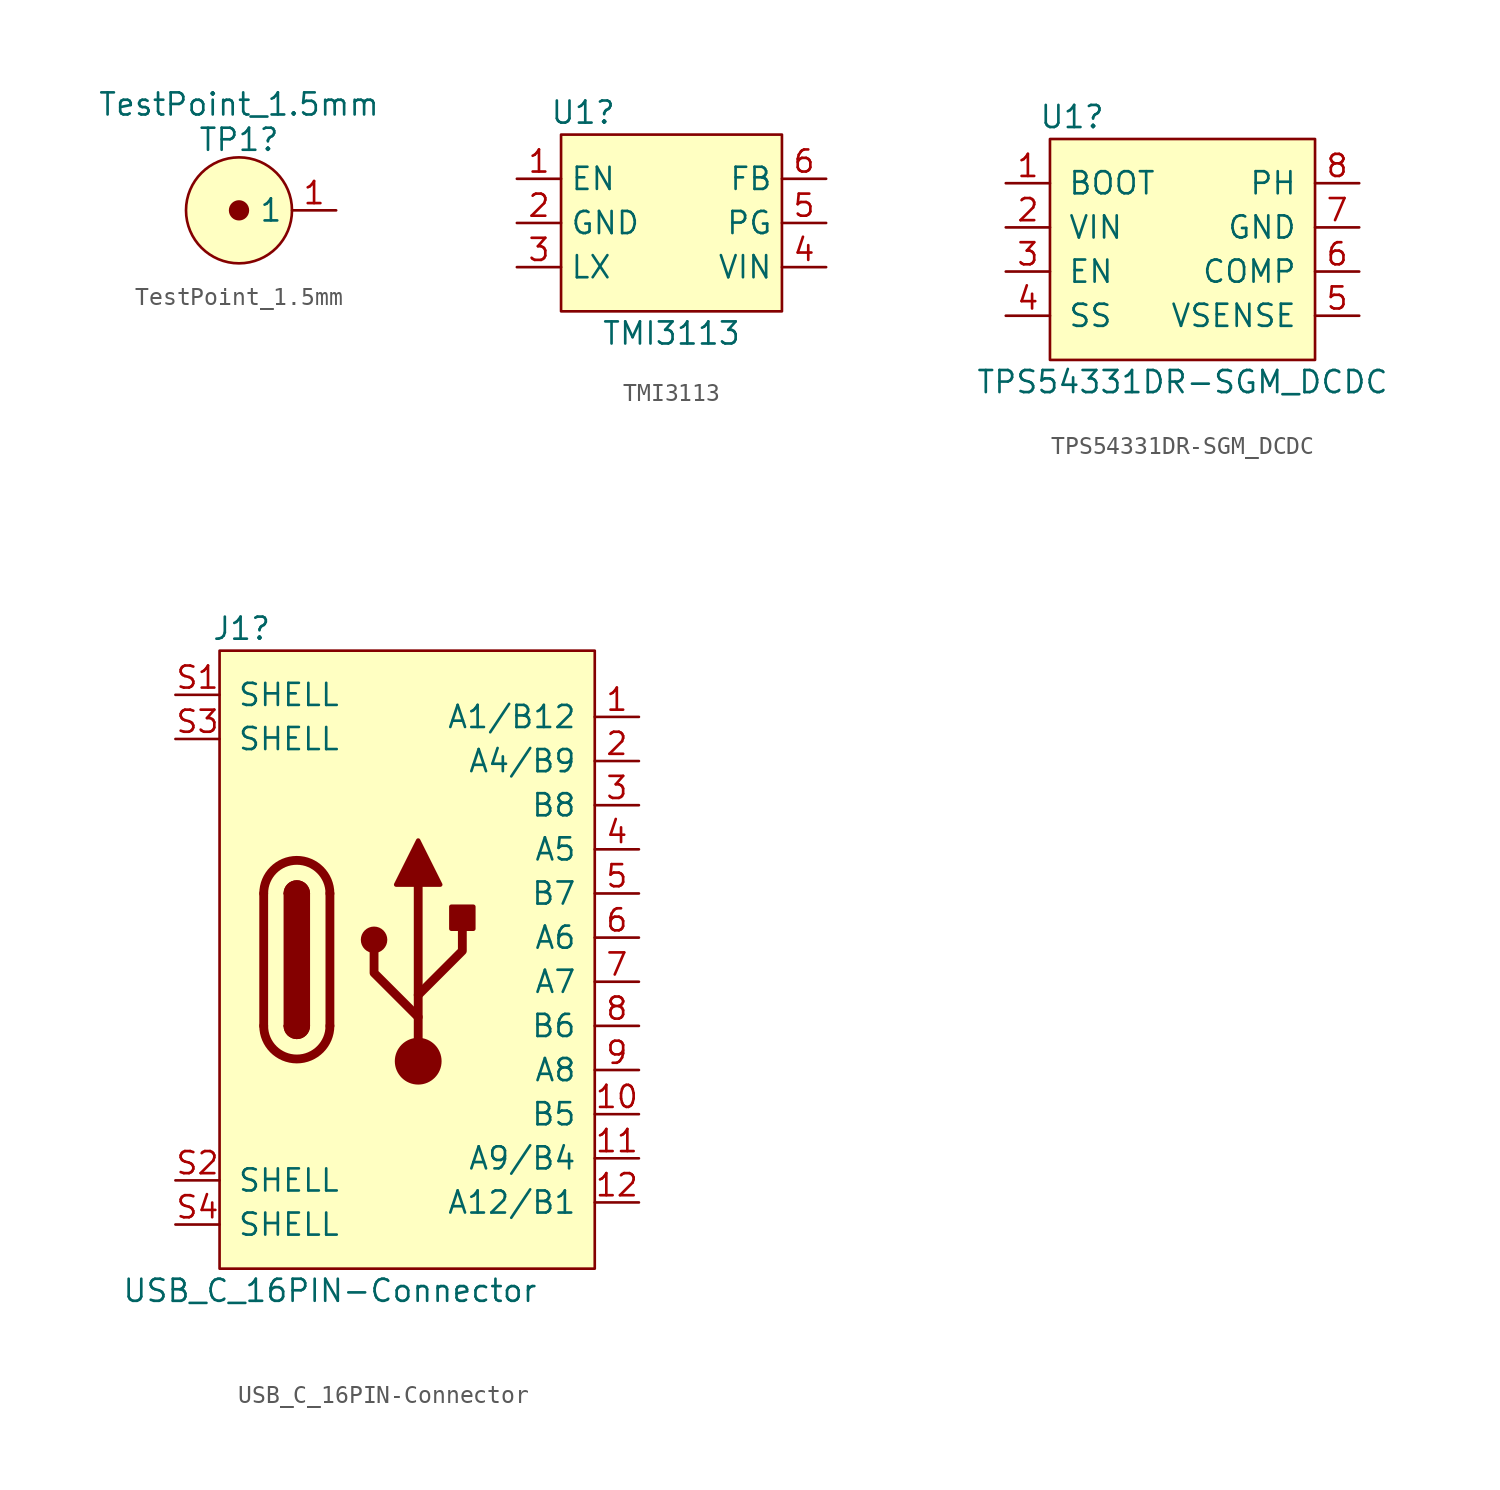
<source format=kicad_sym>
(kicad_symbol_lib
  (version 20220914)
  (generator kicad_symbol_editor)
  (symbol "TestPoint_1.5mm"
    (property "Reference" "TP1"
      (at 0 4.064 0)
      (effects (font (size 1.27 1.27))))
    (property "Value" "TestPoint_1.5mm"
      (at 0 6.096 0)
      (effects (font (size 1.27 1.27))))
    (symbol "TestPoint_1.5mm_1_1"
      (circle (center 0 0) (radius 0.508) (stroke (width 0) (type default)) (fill (type outline)))
      (circle (center 0 0) (radius 3.048) (stroke (width 0) (type default)) (fill (type background)))
      (pin input line (at 5.588 0 180) (length 2.54) (name "1" (effects (font (size 1.27 1.27)))) (number "1" (effects (font (size 1.27 1.27)))))))
  (symbol "TMI3113"
    (property "Reference" "U1"
      (at -5.08 6.35 0)
      (effects (font (size 1.27 1.27))))
    (property "Value" "TMI3113"
      (at 0 -6.35 0)
      (effects (font (size 1.27 1.27))))
    (symbol "TMI3113_0_1"
      (rectangle (start -6.35 5.08) (end 6.35 -5.08) (stroke (width 0) (type default)) (fill (type background))))
    (symbol "TMI3113_1_1"
      (pin bidirectional line (at -8.89 2.54 0) (length 2.54) (name "EN" (effects (font (size 1.27 1.27)))) (number "1" (effects (font (size 1.27 1.27)))))
      (pin power_in line (at -8.89 0 0) (length 2.54) (name "GND" (effects (font (size 1.27 1.27)))) (number "2" (effects (font (size 1.27 1.27)))))
      (pin power_in line (at -8.89 -2.54 0) (length 2.54) (name "LX" (effects (font (size 1.27 1.27)))) (number "3" (effects (font (size 1.27 1.27)))))
      (pin bidirectional line (at 8.89 -2.54 180) (length 2.54) (name "VIN" (effects (font (size 1.27 1.27)))) (number "4" (effects (font (size 1.27 1.27)))))
      (pin power_in line (at 8.89 0 180) (length 2.54) (name "PG" (effects (font (size 1.27 1.27)))) (number "5" (effects (font (size 1.27 1.27)))))
      (pin bidirectional line (at 8.89 2.54 180) (length 2.54) (name "FB" (effects (font (size 1.27 1.27)))) (number "6" (effects (font (size 1.27 1.27)))))))
  (symbol "TPS54331DR-SGM_DCDC"
    (pin_names
      (offset 1.016))
    (property "Reference" "U1"
      (at -6.35 7.62 0)
      (effects (font (size 1.27 1.27))))
    (property "Value" "TPS54331DR-SGM_DCDC"
      (at 0 -7.62 0)
      (effects (font (size 1.27 1.27))))
    (symbol "TPS54331DR-SGM_DCDC_0_1"
      (rectangle (start -7.62 6.35) (end 7.62 -6.35) (stroke (width 0) (type default)) (fill (type background))))
    (symbol "TPS54331DR-SGM_DCDC_1_1"
      (pin input line (at -10.16 3.81 0) (length 2.54) (name "BOOT" (effects (font (size 1.27 1.27)))) (number "1" (effects (font (size 1.27 1.27)))))
      (pin power_in line (at -10.16 1.27 0) (length 2.54) (name "VIN" (effects (font (size 1.27 1.27)))) (number "2" (effects (font (size 1.27 1.27)))))
      (pin input line (at -10.16 -1.27 0) (length 2.54) (name "EN" (effects (font (size 1.27 1.27)))) (number "3" (effects (font (size 1.27 1.27)))))
      (pin input line (at -10.16 -3.81 0) (length 2.54) (name "SS" (effects (font (size 1.27 1.27)))) (number "4" (effects (font (size 1.27 1.27)))))
      (pin input line (at 10.16 -3.81 180) (length 2.54) (name "VSENSE" (effects (font (size 1.27 1.27)))) (number "5" (effects (font (size 1.27 1.27)))))
      (pin input line (at 10.16 -1.27 180) (length 2.54) (name "COMP" (effects (font (size 1.27 1.27)))) (number "6" (effects (font (size 1.27 1.27)))))
      (pin power_in line (at 10.16 1.27 180) (length 2.54) (name "GND" (effects (font (size 1.27 1.27)))) (number "7" (effects (font (size 1.27 1.27)))))
      (pin output line (at 10.16 3.81 180) (length 2.54) (name "PH" (effects (font (size 1.27 1.27)))) (number "8" (effects (font (size 1.27 1.27)))))))
  (symbol "USB_C_16PIN-Connector"
    (pin_names
      (offset 1.016))
    (property "Reference" "J1"
      (at -10.16 19.05 0)
      (effects (font (size 1.27 1.27))))
    (property "Value" "USB_C_16PIN-Connector"
      (at -5.08 -19.05 0)
      (effects (font (size 1.27 1.27))))
    (symbol "USB_C_16PIN-Connector_0_1"
      (rectangle (start -11.43 17.78) (end 10.16 -17.78) (stroke (width 0) (type default)) (fill (type background))))
    (symbol "USB_C_16PIN-Connector_1_1"
      (arc (start -8.89 -3.81) (mid -6.985 -5.7067) (end -5.08 -3.81) (stroke (width 0.508) (type default)) (fill (type none)))
      (arc (start -7.62 -3.81) (mid -6.985 -4.4423) (end -6.35 -3.81) (stroke (width 0.254) (type default)) (fill (type none)))
      (arc (start -7.62 -3.81) (mid -6.985 -4.4423) (end -6.35 -3.81) (stroke (width 0.254) (type default)) (fill (type outline)))
      (rectangle (start -7.62 -3.81) (end -6.35 3.81) (stroke (width 0.254) (type default)) (fill (type outline)))
      (arc (start -6.35 3.81) (mid -6.985 4.4423) (end -7.62 3.81) (stroke (width 0.254) (type default)) (fill (type none)))
      (arc (start -6.35 3.81) (mid -6.985 4.4423) (end -7.62 3.81) (stroke (width 0.254) (type default)) (fill (type outline)))
      (arc (start -5.08 3.81) (mid -6.985 5.7067) (end -8.89 3.81) (stroke (width 0.508) (type default)) (fill (type none)))
      (circle (center -2.54 1.143) (radius 0.635) (stroke (width 0.254) (type default)) (fill (type outline)))
      (circle (center 0 -5.842) (radius 1.27) (stroke (width 0) (type default)) (fill (type outline)))
      (polyline (pts (xy -8.89 -3.81) (xy -8.89 3.81)) (stroke (width 0.508) (type default)) (fill (type none)))
      (polyline (pts (xy -5.08 3.81) (xy -5.08 -3.81)) (stroke (width 0.508) (type default)) (fill (type none)))
      (polyline (pts (xy 0 -5.842) (xy 0 4.318)) (stroke (width 0.508) (type default)) (fill (type none)))
      (polyline (pts (xy 0 -3.302) (xy -2.54 -0.762) (xy -2.54 0.508)) (stroke (width 0.508) (type default)) (fill (type none)))
      (polyline (pts (xy 0 -2.032) (xy 2.54 0.508) (xy 2.54 1.778)) (stroke (width 0.508) (type default)) (fill (type none)))
      (polyline (pts (xy -1.27 4.318) (xy 0 6.858) (xy 1.27 4.318) (xy -1.27 4.318)) (stroke (width 0.254) (type default)) (fill (type outline)))
      (rectangle (start 1.905 1.778) (end 3.175 3.048) (stroke (width 0.254) (type default)) (fill (type outline)))
      (pin passive line (at 12.7 13.97 180) (length 2.54) (name "A1/B12" (effects (font (size 1.27 1.27)))) (number "1" (effects (font (size 1.27 1.27)))))
      (pin bidirectional line (at 12.7 -8.89 180) (length 2.54) (name "B5" (effects (font (size 1.27 1.27)))) (number "10" (effects (font (size 1.27 1.27)))))
      (pin passive line (at 12.7 -11.43 180) (length 2.54) (name "A9/B4" (effects (font (size 1.27 1.27)))) (number "11" (effects (font (size 1.27 1.27)))))
      (pin passive line (at 12.7 -13.97 180) (length 2.54) (name "A12/B1" (effects (font (size 1.27 1.27)))) (number "12" (effects (font (size 1.27 1.27)))))
      (pin passive line (at 12.7 11.43 180) (length 2.54) (name "A4/B9" (effects (font (size 1.27 1.27)))) (number "2" (effects (font (size 1.27 1.27)))))
      (pin bidirectional line (at 12.7 8.89 180) (length 2.54) (name "B8" (effects (font (size 1.27 1.27)))) (number "3" (effects (font (size 1.27 1.27)))))
      (pin bidirectional line (at 12.7 6.35 180) (length 2.54) (name "A5" (effects (font (size 1.27 1.27)))) (number "4" (effects (font (size 1.27 1.27)))))
      (pin bidirectional line (at 12.7 3.81 180) (length 2.54) (name "B7" (effects (font (size 1.27 1.27)))) (number "5" (effects (font (size 1.27 1.27)))))
      (pin bidirectional line (at 12.7 1.27 180) (length 2.54) (name "A6" (effects (font (size 1.27 1.27)))) (number "6" (effects (font (size 1.27 1.27)))))
      (pin bidirectional line (at 12.7 -1.27 180) (length 2.54) (name "A7" (effects (font (size 1.27 1.27)))) (number "7" (effects (font (size 1.27 1.27)))))
      (pin bidirectional line (at 12.7 -3.81 180) (length 2.54) (name "B6" (effects (font (size 1.27 1.27)))) (number "8" (effects (font (size 1.27 1.27)))))
      (pin bidirectional line (at 12.7 -6.35 180) (length 2.54) (name "A8" (effects (font (size 1.27 1.27)))) (number "9" (effects (font (size 1.27 1.27)))))
      (pin passive line (at -13.97 15.24 0) (length 2.54) (name "SHELL" (effects (font (size 1.27 1.27)))) (number "S1" (effects (font (size 1.27 1.27)))))
      (pin passive line (at -13.97 -12.7 0) (length 2.54) (name "SHELL" (effects (font (size 1.27 1.27)))) (number "S2" (effects (font (size 1.27 1.27)))))
      (pin passive line (at -13.97 12.7 0) (length 2.54) (name "SHELL" (effects (font (size 1.27 1.27)))) (number "S3" (effects (font (size 1.27 1.27)))))
      (pin passive line (at -13.97 -15.24 0) (length 2.54) (name "SHELL" (effects (font (size 1.27 1.27)))) (number "S4" (effects (font (size 1.27 1.27))))))))
</source>
